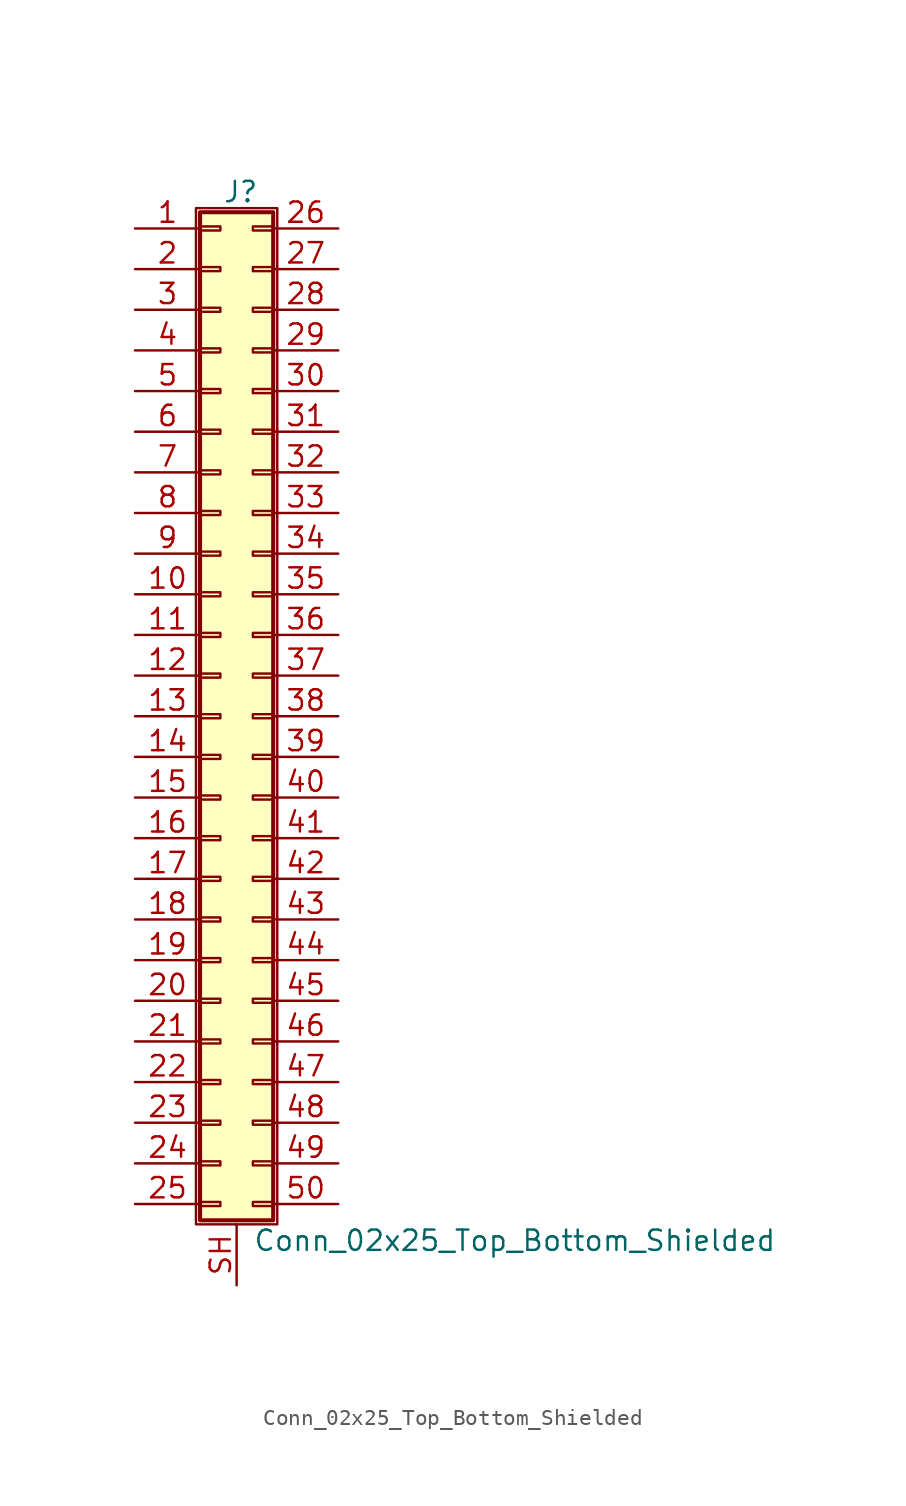
<source format=kicad_sym>
(kicad_symbol_lib
  (version 20220914)
  (generator kicad_symbol_editor)
  (symbol "Conn_02x25_Top_Bottom_Shielded"
    (pin_names
      (offset 1.016) hide)
    (property "Reference" "J"
      (at 1.524 32.766 0)
      (effects (font (size 1.27 1.27))))
    (property "Value" "Conn_02x25_Top_Bottom_Shielded"
      (at 2.286 -32.766 0)
      (effects (font (size 1.27 1.27)) (justify left)))
    (symbol "Conn_02x25_Top_Bottom_Shielded_1_1"
      (rectangle (start -1.27 31.75) (end 3.81 -31.75) (stroke (width 0.152) (type default)) (fill (type none)))
      (rectangle (start -1.016 -30.353) (end 0.254 -30.607) (stroke (width 0.152) (type default)) (fill (type none)))
      (rectangle (start -1.016 -27.813) (end 0.254 -28.067) (stroke (width 0.152) (type default)) (fill (type none)))
      (rectangle (start -1.016 -25.273) (end 0.254 -25.527) (stroke (width 0.152) (type default)) (fill (type none)))
      (rectangle (start -1.016 -22.733) (end 0.254 -22.987) (stroke (width 0.152) (type default)) (fill (type none)))
      (rectangle (start -1.016 -20.193) (end 0.254 -20.447) (stroke (width 0.152) (type default)) (fill (type none)))
      (rectangle (start -1.016 -17.653) (end 0.254 -17.907) (stroke (width 0.152) (type default)) (fill (type none)))
      (rectangle (start -1.016 -15.113) (end 0.254 -15.367) (stroke (width 0.152) (type default)) (fill (type none)))
      (rectangle (start -1.016 -12.573) (end 0.254 -12.827) (stroke (width 0.152) (type default)) (fill (type none)))
      (rectangle (start -1.016 -10.033) (end 0.254 -10.287) (stroke (width 0.152) (type default)) (fill (type none)))
      (rectangle (start -1.016 -7.493) (end 0.254 -7.747) (stroke (width 0.152) (type default)) (fill (type none)))
      (rectangle (start -1.016 -4.953) (end 0.254 -5.207) (stroke (width 0.152) (type default)) (fill (type none)))
      (rectangle (start -1.016 -2.413) (end 0.254 -2.667) (stroke (width 0.152) (type default)) (fill (type none)))
      (rectangle (start -1.016 0.127) (end 0.254 -0.127) (stroke (width 0.152) (type default)) (fill (type none)))
      (rectangle (start -1.016 2.667) (end 0.254 2.413) (stroke (width 0.152) (type default)) (fill (type none)))
      (rectangle (start -1.016 5.207) (end 0.254 4.953) (stroke (width 0.152) (type default)) (fill (type none)))
      (rectangle (start -1.016 7.747) (end 0.254 7.493) (stroke (width 0.152) (type default)) (fill (type none)))
      (rectangle (start -1.016 10.287) (end 0.254 10.033) (stroke (width 0.152) (type default)) (fill (type none)))
      (rectangle (start -1.016 12.827) (end 0.254 12.573) (stroke (width 0.152) (type default)) (fill (type none)))
      (rectangle (start -1.016 15.367) (end 0.254 15.113) (stroke (width 0.152) (type default)) (fill (type none)))
      (rectangle (start -1.016 17.907) (end 0.254 17.653) (stroke (width 0.152) (type default)) (fill (type none)))
      (rectangle (start -1.016 20.447) (end 0.254 20.193) (stroke (width 0.152) (type default)) (fill (type none)))
      (rectangle (start -1.016 22.987) (end 0.254 22.733) (stroke (width 0.152) (type default)) (fill (type none)))
      (rectangle (start -1.016 25.527) (end 0.254 25.273) (stroke (width 0.152) (type default)) (fill (type none)))
      (rectangle (start -1.016 28.067) (end 0.254 27.813) (stroke (width 0.152) (type default)) (fill (type none)))
      (rectangle (start -1.016 30.607) (end 0.254 30.353) (stroke (width 0.152) (type default)) (fill (type none)))
      (rectangle (start -1.016 31.496) (end 3.556 -31.496) (stroke (width 0.254) (type default)) (fill (type background)))
      (rectangle (start 3.556 -30.353) (end 2.286 -30.607) (stroke (width 0.152) (type default)) (fill (type none)))
      (rectangle (start 3.556 -27.813) (end 2.286 -28.067) (stroke (width 0.152) (type default)) (fill (type none)))
      (rectangle (start 3.556 -25.273) (end 2.286 -25.527) (stroke (width 0.152) (type default)) (fill (type none)))
      (rectangle (start 3.556 -22.733) (end 2.286 -22.987) (stroke (width 0.152) (type default)) (fill (type none)))
      (rectangle (start 3.556 -20.193) (end 2.286 -20.447) (stroke (width 0.152) (type default)) (fill (type none)))
      (rectangle (start 3.556 -17.653) (end 2.286 -17.907) (stroke (width 0.152) (type default)) (fill (type none)))
      (rectangle (start 3.556 -15.113) (end 2.286 -15.367) (stroke (width 0.152) (type default)) (fill (type none)))
      (rectangle (start 3.556 -12.573) (end 2.286 -12.827) (stroke (width 0.152) (type default)) (fill (type none)))
      (rectangle (start 3.556 -10.033) (end 2.286 -10.287) (stroke (width 0.152) (type default)) (fill (type none)))
      (rectangle (start 3.556 -7.493) (end 2.286 -7.747) (stroke (width 0.152) (type default)) (fill (type none)))
      (rectangle (start 3.556 -4.953) (end 2.286 -5.207) (stroke (width 0.152) (type default)) (fill (type none)))
      (rectangle (start 3.556 -2.413) (end 2.286 -2.667) (stroke (width 0.152) (type default)) (fill (type none)))
      (rectangle (start 3.556 0.127) (end 2.286 -0.127) (stroke (width 0.152) (type default)) (fill (type none)))
      (rectangle (start 3.556 2.667) (end 2.286 2.413) (stroke (width 0.152) (type default)) (fill (type none)))
      (rectangle (start 3.556 5.207) (end 2.286 4.953) (stroke (width 0.152) (type default)) (fill (type none)))
      (rectangle (start 3.556 7.747) (end 2.286 7.493) (stroke (width 0.152) (type default)) (fill (type none)))
      (rectangle (start 3.556 10.287) (end 2.286 10.033) (stroke (width 0.152) (type default)) (fill (type none)))
      (rectangle (start 3.556 12.827) (end 2.286 12.573) (stroke (width 0.152) (type default)) (fill (type none)))
      (rectangle (start 3.556 15.367) (end 2.286 15.113) (stroke (width 0.152) (type default)) (fill (type none)))
      (rectangle (start 3.556 17.907) (end 2.286 17.653) (stroke (width 0.152) (type default)) (fill (type none)))
      (rectangle (start 3.556 20.447) (end 2.286 20.193) (stroke (width 0.152) (type default)) (fill (type none)))
      (rectangle (start 3.556 22.987) (end 2.286 22.733) (stroke (width 0.152) (type default)) (fill (type none)))
      (rectangle (start 3.556 25.527) (end 2.286 25.273) (stroke (width 0.152) (type default)) (fill (type none)))
      (rectangle (start 3.556 28.067) (end 2.286 27.813) (stroke (width 0.152) (type default)) (fill (type none)))
      (rectangle (start 3.556 30.607) (end 2.286 30.353) (stroke (width 0.152) (type default)) (fill (type none)))
      (pin passive line (at -5.08 30.48 0) (length 4.064) (name "Pin_1" (effects (font (size 1.27 1.27)))) (number "1" (effects (font (size 1.27 1.27)))))
      (pin passive line (at -5.08 7.62 0) (length 4.064) (name "Pin_10" (effects (font (size 1.27 1.27)))) (number "10" (effects (font (size 1.27 1.27)))))
      (pin passive line (at -5.08 5.08 0) (length 4.064) (name "Pin_11" (effects (font (size 1.27 1.27)))) (number "11" (effects (font (size 1.27 1.27)))))
      (pin passive line (at -5.08 2.54 0) (length 4.064) (name "Pin_12" (effects (font (size 1.27 1.27)))) (number "12" (effects (font (size 1.27 1.27)))))
      (pin passive line (at -5.08 0 0) (length 4.064) (name "Pin_13" (effects (font (size 1.27 1.27)))) (number "13" (effects (font (size 1.27 1.27)))))
      (pin passive line (at -5.08 -2.54 0) (length 4.064) (name "Pin_14" (effects (font (size 1.27 1.27)))) (number "14" (effects (font (size 1.27 1.27)))))
      (pin passive line (at -5.08 -5.08 0) (length 4.064) (name "Pin_15" (effects (font (size 1.27 1.27)))) (number "15" (effects (font (size 1.27 1.27)))))
      (pin passive line (at -5.08 -7.62 0) (length 4.064) (name "Pin_16" (effects (font (size 1.27 1.27)))) (number "16" (effects (font (size 1.27 1.27)))))
      (pin passive line (at -5.08 -10.16 0) (length 4.064) (name "Pin_17" (effects (font (size 1.27 1.27)))) (number "17" (effects (font (size 1.27 1.27)))))
      (pin passive line (at -5.08 -12.7 0) (length 4.064) (name "Pin_18" (effects (font (size 1.27 1.27)))) (number "18" (effects (font (size 1.27 1.27)))))
      (pin passive line (at -5.08 -15.24 0) (length 4.064) (name "Pin_19" (effects (font (size 1.27 1.27)))) (number "19" (effects (font (size 1.27 1.27)))))
      (pin passive line (at -5.08 27.94 0) (length 4.064) (name "Pin_2" (effects (font (size 1.27 1.27)))) (number "2" (effects (font (size 1.27 1.27)))))
      (pin passive line (at -5.08 -17.78 0) (length 4.064) (name "Pin_20" (effects (font (size 1.27 1.27)))) (number "20" (effects (font (size 1.27 1.27)))))
      (pin passive line (at -5.08 -20.32 0) (length 4.064) (name "Pin_21" (effects (font (size 1.27 1.27)))) (number "21" (effects (font (size 1.27 1.27)))))
      (pin passive line (at -5.08 -22.86 0) (length 4.064) (name "Pin_22" (effects (font (size 1.27 1.27)))) (number "22" (effects (font (size 1.27 1.27)))))
      (pin passive line (at -5.08 -25.4 0) (length 4.064) (name "Pin_23" (effects (font (size 1.27 1.27)))) (number "23" (effects (font (size 1.27 1.27)))))
      (pin passive line (at -5.08 -27.94 0) (length 4.064) (name "Pin_24" (effects (font (size 1.27 1.27)))) (number "24" (effects (font (size 1.27 1.27)))))
      (pin passive line (at -5.08 -30.48 0) (length 4.064) (name "Pin_25" (effects (font (size 1.27 1.27)))) (number "25" (effects (font (size 1.27 1.27)))))
      (pin passive line (at 7.62 30.48 180) (length 4.064) (name "Pin_26" (effects (font (size 1.27 1.27)))) (number "26" (effects (font (size 1.27 1.27)))))
      (pin passive line (at 7.62 27.94 180) (length 4.064) (name "Pin_27" (effects (font (size 1.27 1.27)))) (number "27" (effects (font (size 1.27 1.27)))))
      (pin passive line (at 7.62 25.4 180) (length 4.064) (name "Pin_28" (effects (font (size 1.27 1.27)))) (number "28" (effects (font (size 1.27 1.27)))))
      (pin passive line (at 7.62 22.86 180) (length 4.064) (name "Pin_29" (effects (font (size 1.27 1.27)))) (number "29" (effects (font (size 1.27 1.27)))))
      (pin passive line (at -5.08 25.4 0) (length 4.064) (name "Pin_3" (effects (font (size 1.27 1.27)))) (number "3" (effects (font (size 1.27 1.27)))))
      (pin passive line (at 7.62 20.32 180) (length 4.064) (name "Pin_30" (effects (font (size 1.27 1.27)))) (number "30" (effects (font (size 1.27 1.27)))))
      (pin passive line (at 7.62 17.78 180) (length 4.064) (name "Pin_31" (effects (font (size 1.27 1.27)))) (number "31" (effects (font (size 1.27 1.27)))))
      (pin passive line (at 7.62 15.24 180) (length 4.064) (name "Pin_32" (effects (font (size 1.27 1.27)))) (number "32" (effects (font (size 1.27 1.27)))))
      (pin passive line (at 7.62 12.7 180) (length 4.064) (name "Pin_33" (effects (font (size 1.27 1.27)))) (number "33" (effects (font (size 1.27 1.27)))))
      (pin passive line (at 7.62 10.16 180) (length 4.064) (name "Pin_34" (effects (font (size 1.27 1.27)))) (number "34" (effects (font (size 1.27 1.27)))))
      (pin passive line (at 7.62 7.62 180) (length 4.064) (name "Pin_35" (effects (font (size 1.27 1.27)))) (number "35" (effects (font (size 1.27 1.27)))))
      (pin passive line (at 7.62 5.08 180) (length 4.064) (name "Pin_36" (effects (font (size 1.27 1.27)))) (number "36" (effects (font (size 1.27 1.27)))))
      (pin passive line (at 7.62 2.54 180) (length 4.064) (name "Pin_37" (effects (font (size 1.27 1.27)))) (number "37" (effects (font (size 1.27 1.27)))))
      (pin passive line (at 7.62 0 180) (length 4.064) (name "Pin_38" (effects (font (size 1.27 1.27)))) (number "38" (effects (font (size 1.27 1.27)))))
      (pin passive line (at 7.62 -2.54 180) (length 4.064) (name "Pin_39" (effects (font (size 1.27 1.27)))) (number "39" (effects (font (size 1.27 1.27)))))
      (pin passive line (at -5.08 22.86 0) (length 4.064) (name "Pin_4" (effects (font (size 1.27 1.27)))) (number "4" (effects (font (size 1.27 1.27)))))
      (pin passive line (at 7.62 -5.08 180) (length 4.064) (name "Pin_40" (effects (font (size 1.27 1.27)))) (number "40" (effects (font (size 1.27 1.27)))))
      (pin passive line (at 7.62 -7.62 180) (length 4.064) (name "Pin_41" (effects (font (size 1.27 1.27)))) (number "41" (effects (font (size 1.27 1.27)))))
      (pin passive line (at 7.62 -10.16 180) (length 4.064) (name "Pin_42" (effects (font (size 1.27 1.27)))) (number "42" (effects (font (size 1.27 1.27)))))
      (pin passive line (at 7.62 -12.7 180) (length 4.064) (name "Pin_43" (effects (font (size 1.27 1.27)))) (number "43" (effects (font (size 1.27 1.27)))))
      (pin passive line (at 7.62 -15.24 180) (length 4.064) (name "Pin_44" (effects (font (size 1.27 1.27)))) (number "44" (effects (font (size 1.27 1.27)))))
      (pin passive line (at 7.62 -17.78 180) (length 4.064) (name "Pin_45" (effects (font (size 1.27 1.27)))) (number "45" (effects (font (size 1.27 1.27)))))
      (pin passive line (at 7.62 -20.32 180) (length 4.064) (name "Pin_46" (effects (font (size 1.27 1.27)))) (number "46" (effects (font (size 1.27 1.27)))))
      (pin passive line (at 7.62 -22.86 180) (length 4.064) (name "Pin_47" (effects (font (size 1.27 1.27)))) (number "47" (effects (font (size 1.27 1.27)))))
      (pin passive line (at 7.62 -25.4 180) (length 4.064) (name "Pin_48" (effects (font (size 1.27 1.27)))) (number "48" (effects (font (size 1.27 1.27)))))
      (pin passive line (at 7.62 -27.94 180) (length 4.064) (name "Pin_49" (effects (font (size 1.27 1.27)))) (number "49" (effects (font (size 1.27 1.27)))))
      (pin passive line (at -5.08 20.32 0) (length 4.064) (name "Pin_5" (effects (font (size 1.27 1.27)))) (number "5" (effects (font (size 1.27 1.27)))))
      (pin passive line (at 7.62 -30.48 180) (length 4.064) (name "Pin_50" (effects (font (size 1.27 1.27)))) (number "50" (effects (font (size 1.27 1.27)))))
      (pin passive line (at -5.08 17.78 0) (length 4.064) (name "Pin_6" (effects (font (size 1.27 1.27)))) (number "6" (effects (font (size 1.27 1.27)))))
      (pin passive line (at -5.08 15.24 0) (length 4.064) (name "Pin_7" (effects (font (size 1.27 1.27)))) (number "7" (effects (font (size 1.27 1.27)))))
      (pin passive line (at -5.08 12.7 0) (length 4.064) (name "Pin_8" (effects (font (size 1.27 1.27)))) (number "8" (effects (font (size 1.27 1.27)))))
      (pin passive line (at -5.08 10.16 0) (length 4.064) (name "Pin_9" (effects (font (size 1.27 1.27)))) (number "9" (effects (font (size 1.27 1.27)))))
      (pin passive line (at 1.27 -35.56 90) (length 3.81) (name "Shield" (effects (font (size 1.27 1.27)))) (number "SH" (effects (font (size 1.27 1.27))))))))
</source>
